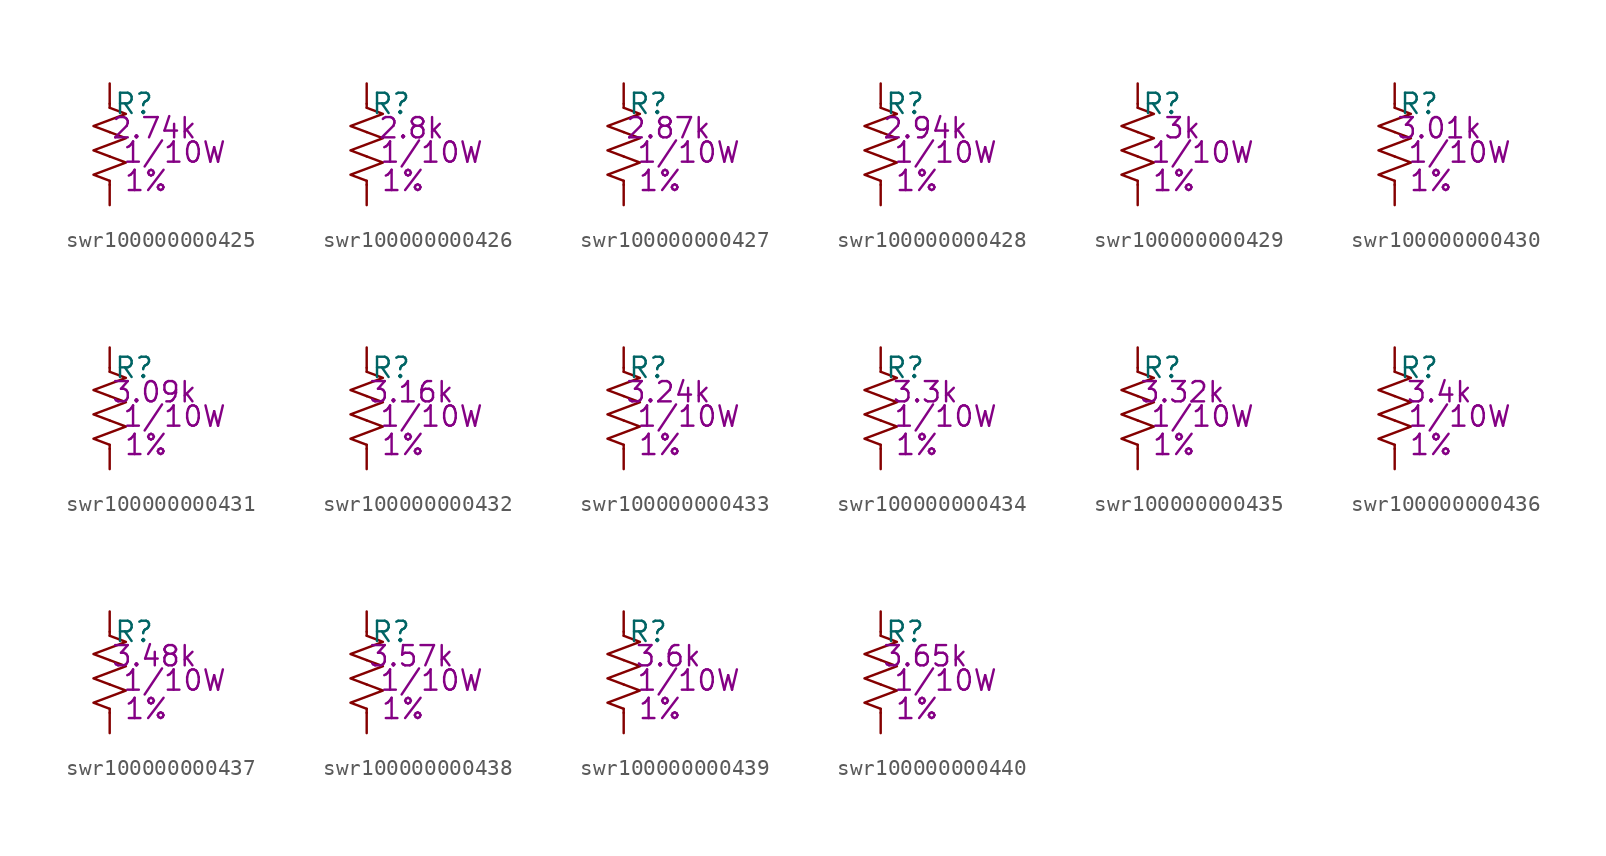
<source format=kicad_sym>
(kicad_symbol_lib
  (version 20211014)
  (generator kicad_symbol_editor)
  (symbol "swr100000000425"
    (pin_numbers hide)
    (pin_names
      (offset 1.016))
    (property "Reference" "R"
      (at 1.524 2.54 0)
      (effects (font (size 1.27 1.27))))
    (property "Tolerance" "1%"
      (at 2.286 -2.286 0)
      (effects (font (size 1.27 1.27))))
    (property "Wattage" "1/10W"
      (at 4.064 -0.508 0)
      (effects (font (size 1.27 1.27))))
    (property "PartValue" "2.74k"
      (at 2.794 1.016 0)
      (effects (font (size 1.27 1.27))))
    (symbol "swr100000000425_1_1"
      (polyline (pts (xy 0 -2.286) (xy 0 -2.54)) (stroke (width 0) (type default) (color 0 0 0 0)) (fill (type none)))
      (polyline (pts (xy 0 2.286) (xy 0 2.54)) (stroke (width 0) (type default) (color 0 0 0 0)) (fill (type none)))
      (polyline (pts (xy 0 -0.762) (xy 1.016 -1.143) (xy 0 -1.524) (xy -1.016 -1.905) (xy 0 -2.286)) (stroke (width 0) (type default) (color 0 0 0 0)) (fill (type none)))
      (polyline (pts (xy 0 0.762) (xy 1.016 0.381) (xy 0 0) (xy -1.016 -0.381) (xy 0 -0.762)) (stroke (width 0) (type default) (color 0 0 0 0)) (fill (type none)))
      (polyline (pts (xy 0 2.286) (xy 1.016 1.905) (xy 0 1.524) (xy -1.016 1.143) (xy 0 0.762)) (stroke (width 0) (type default) (color 0 0 0 0)) (fill (type none)))
      (pin passive line (at 0 3.81 270) (length 1.27) (name "~" (effects (font (size 1.27 1.27)))) (number "1" (effects (font (size 1.27 1.27)))))
      (pin passive line (at 0 -3.81 90) (length 1.27) (name "~" (effects (font (size 1.27 1.27)))) (number "2" (effects (font (size 1.27 1.27)))))))
  (symbol "swr100000000426"
    (pin_numbers hide)
    (pin_names
      (offset 1.016))
    (property "Reference" "R"
      (at 1.524 2.54 0)
      (effects (font (size 1.27 1.27))))
    (property "Tolerance" "1%"
      (at 2.286 -2.286 0)
      (effects (font (size 1.27 1.27))))
    (property "Wattage" "1/10W"
      (at 4.064 -0.508 0)
      (effects (font (size 1.27 1.27))))
    (property "PartValue" "2.8k"
      (at 2.794 1.016 0)
      (effects (font (size 1.27 1.27))))
    (symbol "swr100000000426_1_1"
      (polyline (pts (xy 0 -2.286) (xy 0 -2.54)) (stroke (width 0) (type default) (color 0 0 0 0)) (fill (type none)))
      (polyline (pts (xy 0 2.286) (xy 0 2.54)) (stroke (width 0) (type default) (color 0 0 0 0)) (fill (type none)))
      (polyline (pts (xy 0 -0.762) (xy 1.016 -1.143) (xy 0 -1.524) (xy -1.016 -1.905) (xy 0 -2.286)) (stroke (width 0) (type default) (color 0 0 0 0)) (fill (type none)))
      (polyline (pts (xy 0 0.762) (xy 1.016 0.381) (xy 0 0) (xy -1.016 -0.381) (xy 0 -0.762)) (stroke (width 0) (type default) (color 0 0 0 0)) (fill (type none)))
      (polyline (pts (xy 0 2.286) (xy 1.016 1.905) (xy 0 1.524) (xy -1.016 1.143) (xy 0 0.762)) (stroke (width 0) (type default) (color 0 0 0 0)) (fill (type none)))
      (pin passive line (at 0 3.81 270) (length 1.27) (name "~" (effects (font (size 1.27 1.27)))) (number "1" (effects (font (size 1.27 1.27)))))
      (pin passive line (at 0 -3.81 90) (length 1.27) (name "~" (effects (font (size 1.27 1.27)))) (number "2" (effects (font (size 1.27 1.27)))))))
  (symbol "swr100000000427"
    (pin_numbers hide)
    (pin_names
      (offset 1.016))
    (property "Reference" "R"
      (at 1.524 2.54 0)
      (effects (font (size 1.27 1.27))))
    (property "Tolerance" "1%"
      (at 2.286 -2.286 0)
      (effects (font (size 1.27 1.27))))
    (property "Wattage" "1/10W"
      (at 4.064 -0.508 0)
      (effects (font (size 1.27 1.27))))
    (property "PartValue" "2.87k"
      (at 2.794 1.016 0)
      (effects (font (size 1.27 1.27))))
    (symbol "swr100000000427_1_1"
      (polyline (pts (xy 0 -2.286) (xy 0 -2.54)) (stroke (width 0) (type default) (color 0 0 0 0)) (fill (type none)))
      (polyline (pts (xy 0 2.286) (xy 0 2.54)) (stroke (width 0) (type default) (color 0 0 0 0)) (fill (type none)))
      (polyline (pts (xy 0 -0.762) (xy 1.016 -1.143) (xy 0 -1.524) (xy -1.016 -1.905) (xy 0 -2.286)) (stroke (width 0) (type default) (color 0 0 0 0)) (fill (type none)))
      (polyline (pts (xy 0 0.762) (xy 1.016 0.381) (xy 0 0) (xy -1.016 -0.381) (xy 0 -0.762)) (stroke (width 0) (type default) (color 0 0 0 0)) (fill (type none)))
      (polyline (pts (xy 0 2.286) (xy 1.016 1.905) (xy 0 1.524) (xy -1.016 1.143) (xy 0 0.762)) (stroke (width 0) (type default) (color 0 0 0 0)) (fill (type none)))
      (pin passive line (at 0 3.81 270) (length 1.27) (name "~" (effects (font (size 1.27 1.27)))) (number "1" (effects (font (size 1.27 1.27)))))
      (pin passive line (at 0 -3.81 90) (length 1.27) (name "~" (effects (font (size 1.27 1.27)))) (number "2" (effects (font (size 1.27 1.27)))))))
  (symbol "swr100000000428"
    (pin_numbers hide)
    (pin_names
      (offset 1.016))
    (property "Reference" "R"
      (at 1.524 2.54 0)
      (effects (font (size 1.27 1.27))))
    (property "Tolerance" "1%"
      (at 2.286 -2.286 0)
      (effects (font (size 1.27 1.27))))
    (property "Wattage" "1/10W"
      (at 4.064 -0.508 0)
      (effects (font (size 1.27 1.27))))
    (property "PartValue" "2.94k"
      (at 2.794 1.016 0)
      (effects (font (size 1.27 1.27))))
    (symbol "swr100000000428_1_1"
      (polyline (pts (xy 0 -2.286) (xy 0 -2.54)) (stroke (width 0) (type default) (color 0 0 0 0)) (fill (type none)))
      (polyline (pts (xy 0 2.286) (xy 0 2.54)) (stroke (width 0) (type default) (color 0 0 0 0)) (fill (type none)))
      (polyline (pts (xy 0 -0.762) (xy 1.016 -1.143) (xy 0 -1.524) (xy -1.016 -1.905) (xy 0 -2.286)) (stroke (width 0) (type default) (color 0 0 0 0)) (fill (type none)))
      (polyline (pts (xy 0 0.762) (xy 1.016 0.381) (xy 0 0) (xy -1.016 -0.381) (xy 0 -0.762)) (stroke (width 0) (type default) (color 0 0 0 0)) (fill (type none)))
      (polyline (pts (xy 0 2.286) (xy 1.016 1.905) (xy 0 1.524) (xy -1.016 1.143) (xy 0 0.762)) (stroke (width 0) (type default) (color 0 0 0 0)) (fill (type none)))
      (pin passive line (at 0 3.81 270) (length 1.27) (name "~" (effects (font (size 1.27 1.27)))) (number "1" (effects (font (size 1.27 1.27)))))
      (pin passive line (at 0 -3.81 90) (length 1.27) (name "~" (effects (font (size 1.27 1.27)))) (number "2" (effects (font (size 1.27 1.27)))))))
  (symbol "swr100000000429"
    (pin_numbers hide)
    (pin_names
      (offset 1.016))
    (property "Reference" "R"
      (at 1.524 2.54 0)
      (effects (font (size 1.27 1.27))))
    (property "Tolerance" "1%"
      (at 2.286 -2.286 0)
      (effects (font (size 1.27 1.27))))
    (property "Wattage" "1/10W"
      (at 4.064 -0.508 0)
      (effects (font (size 1.27 1.27))))
    (property "PartValue" "3k"
      (at 2.794 1.016 0)
      (effects (font (size 1.27 1.27))))
    (symbol "swr100000000429_1_1"
      (polyline (pts (xy 0 -2.286) (xy 0 -2.54)) (stroke (width 0) (type default) (color 0 0 0 0)) (fill (type none)))
      (polyline (pts (xy 0 2.286) (xy 0 2.54)) (stroke (width 0) (type default) (color 0 0 0 0)) (fill (type none)))
      (polyline (pts (xy 0 -0.762) (xy 1.016 -1.143) (xy 0 -1.524) (xy -1.016 -1.905) (xy 0 -2.286)) (stroke (width 0) (type default) (color 0 0 0 0)) (fill (type none)))
      (polyline (pts (xy 0 0.762) (xy 1.016 0.381) (xy 0 0) (xy -1.016 -0.381) (xy 0 -0.762)) (stroke (width 0) (type default) (color 0 0 0 0)) (fill (type none)))
      (polyline (pts (xy 0 2.286) (xy 1.016 1.905) (xy 0 1.524) (xy -1.016 1.143) (xy 0 0.762)) (stroke (width 0) (type default) (color 0 0 0 0)) (fill (type none)))
      (pin passive line (at 0 3.81 270) (length 1.27) (name "~" (effects (font (size 1.27 1.27)))) (number "1" (effects (font (size 1.27 1.27)))))
      (pin passive line (at 0 -3.81 90) (length 1.27) (name "~" (effects (font (size 1.27 1.27)))) (number "2" (effects (font (size 1.27 1.27)))))))
  (symbol "swr100000000430"
    (pin_numbers hide)
    (pin_names
      (offset 1.016))
    (property "Reference" "R"
      (at 1.524 2.54 0)
      (effects (font (size 1.27 1.27))))
    (property "Tolerance" "1%"
      (at 2.286 -2.286 0)
      (effects (font (size 1.27 1.27))))
    (property "Wattage" "1/10W"
      (at 4.064 -0.508 0)
      (effects (font (size 1.27 1.27))))
    (property "PartValue" "3.01k"
      (at 2.794 1.016 0)
      (effects (font (size 1.27 1.27))))
    (symbol "swr100000000430_1_1"
      (polyline (pts (xy 0 -2.286) (xy 0 -2.54)) (stroke (width 0) (type default) (color 0 0 0 0)) (fill (type none)))
      (polyline (pts (xy 0 2.286) (xy 0 2.54)) (stroke (width 0) (type default) (color 0 0 0 0)) (fill (type none)))
      (polyline (pts (xy 0 -0.762) (xy 1.016 -1.143) (xy 0 -1.524) (xy -1.016 -1.905) (xy 0 -2.286)) (stroke (width 0) (type default) (color 0 0 0 0)) (fill (type none)))
      (polyline (pts (xy 0 0.762) (xy 1.016 0.381) (xy 0 0) (xy -1.016 -0.381) (xy 0 -0.762)) (stroke (width 0) (type default) (color 0 0 0 0)) (fill (type none)))
      (polyline (pts (xy 0 2.286) (xy 1.016 1.905) (xy 0 1.524) (xy -1.016 1.143) (xy 0 0.762)) (stroke (width 0) (type default) (color 0 0 0 0)) (fill (type none)))
      (pin passive line (at 0 3.81 270) (length 1.27) (name "~" (effects (font (size 1.27 1.27)))) (number "1" (effects (font (size 1.27 1.27)))))
      (pin passive line (at 0 -3.81 90) (length 1.27) (name "~" (effects (font (size 1.27 1.27)))) (number "2" (effects (font (size 1.27 1.27)))))))
  (symbol "swr100000000431"
    (pin_numbers hide)
    (pin_names
      (offset 1.016))
    (property "Reference" "R"
      (at 1.524 2.54 0)
      (effects (font (size 1.27 1.27))))
    (property "Tolerance" "1%"
      (at 2.286 -2.286 0)
      (effects (font (size 1.27 1.27))))
    (property "Wattage" "1/10W"
      (at 4.064 -0.508 0)
      (effects (font (size 1.27 1.27))))
    (property "PartValue" "3.09k"
      (at 2.794 1.016 0)
      (effects (font (size 1.27 1.27))))
    (symbol "swr100000000431_1_1"
      (polyline (pts (xy 0 -2.286) (xy 0 -2.54)) (stroke (width 0) (type default) (color 0 0 0 0)) (fill (type none)))
      (polyline (pts (xy 0 2.286) (xy 0 2.54)) (stroke (width 0) (type default) (color 0 0 0 0)) (fill (type none)))
      (polyline (pts (xy 0 -0.762) (xy 1.016 -1.143) (xy 0 -1.524) (xy -1.016 -1.905) (xy 0 -2.286)) (stroke (width 0) (type default) (color 0 0 0 0)) (fill (type none)))
      (polyline (pts (xy 0 0.762) (xy 1.016 0.381) (xy 0 0) (xy -1.016 -0.381) (xy 0 -0.762)) (stroke (width 0) (type default) (color 0 0 0 0)) (fill (type none)))
      (polyline (pts (xy 0 2.286) (xy 1.016 1.905) (xy 0 1.524) (xy -1.016 1.143) (xy 0 0.762)) (stroke (width 0) (type default) (color 0 0 0 0)) (fill (type none)))
      (pin passive line (at 0 3.81 270) (length 1.27) (name "~" (effects (font (size 1.27 1.27)))) (number "1" (effects (font (size 1.27 1.27)))))
      (pin passive line (at 0 -3.81 90) (length 1.27) (name "~" (effects (font (size 1.27 1.27)))) (number "2" (effects (font (size 1.27 1.27)))))))
  (symbol "swr100000000432"
    (pin_numbers hide)
    (pin_names
      (offset 1.016))
    (property "Reference" "R"
      (at 1.524 2.54 0)
      (effects (font (size 1.27 1.27))))
    (property "Tolerance" "1%"
      (at 2.286 -2.286 0)
      (effects (font (size 1.27 1.27))))
    (property "Wattage" "1/10W"
      (at 4.064 -0.508 0)
      (effects (font (size 1.27 1.27))))
    (property "PartValue" "3.16k"
      (at 2.794 1.016 0)
      (effects (font (size 1.27 1.27))))
    (symbol "swr100000000432_1_1"
      (polyline (pts (xy 0 -2.286) (xy 0 -2.54)) (stroke (width 0) (type default) (color 0 0 0 0)) (fill (type none)))
      (polyline (pts (xy 0 2.286) (xy 0 2.54)) (stroke (width 0) (type default) (color 0 0 0 0)) (fill (type none)))
      (polyline (pts (xy 0 -0.762) (xy 1.016 -1.143) (xy 0 -1.524) (xy -1.016 -1.905) (xy 0 -2.286)) (stroke (width 0) (type default) (color 0 0 0 0)) (fill (type none)))
      (polyline (pts (xy 0 0.762) (xy 1.016 0.381) (xy 0 0) (xy -1.016 -0.381) (xy 0 -0.762)) (stroke (width 0) (type default) (color 0 0 0 0)) (fill (type none)))
      (polyline (pts (xy 0 2.286) (xy 1.016 1.905) (xy 0 1.524) (xy -1.016 1.143) (xy 0 0.762)) (stroke (width 0) (type default) (color 0 0 0 0)) (fill (type none)))
      (pin passive line (at 0 3.81 270) (length 1.27) (name "~" (effects (font (size 1.27 1.27)))) (number "1" (effects (font (size 1.27 1.27)))))
      (pin passive line (at 0 -3.81 90) (length 1.27) (name "~" (effects (font (size 1.27 1.27)))) (number "2" (effects (font (size 1.27 1.27)))))))
  (symbol "swr100000000433"
    (pin_numbers hide)
    (pin_names
      (offset 1.016))
    (property "Reference" "R"
      (at 1.524 2.54 0)
      (effects (font (size 1.27 1.27))))
    (property "Tolerance" "1%"
      (at 2.286 -2.286 0)
      (effects (font (size 1.27 1.27))))
    (property "Wattage" "1/10W"
      (at 4.064 -0.508 0)
      (effects (font (size 1.27 1.27))))
    (property "PartValue" "3.24k"
      (at 2.794 1.016 0)
      (effects (font (size 1.27 1.27))))
    (symbol "swr100000000433_1_1"
      (polyline (pts (xy 0 -2.286) (xy 0 -2.54)) (stroke (width 0) (type default) (color 0 0 0 0)) (fill (type none)))
      (polyline (pts (xy 0 2.286) (xy 0 2.54)) (stroke (width 0) (type default) (color 0 0 0 0)) (fill (type none)))
      (polyline (pts (xy 0 -0.762) (xy 1.016 -1.143) (xy 0 -1.524) (xy -1.016 -1.905) (xy 0 -2.286)) (stroke (width 0) (type default) (color 0 0 0 0)) (fill (type none)))
      (polyline (pts (xy 0 0.762) (xy 1.016 0.381) (xy 0 0) (xy -1.016 -0.381) (xy 0 -0.762)) (stroke (width 0) (type default) (color 0 0 0 0)) (fill (type none)))
      (polyline (pts (xy 0 2.286) (xy 1.016 1.905) (xy 0 1.524) (xy -1.016 1.143) (xy 0 0.762)) (stroke (width 0) (type default) (color 0 0 0 0)) (fill (type none)))
      (pin passive line (at 0 3.81 270) (length 1.27) (name "~" (effects (font (size 1.27 1.27)))) (number "1" (effects (font (size 1.27 1.27)))))
      (pin passive line (at 0 -3.81 90) (length 1.27) (name "~" (effects (font (size 1.27 1.27)))) (number "2" (effects (font (size 1.27 1.27)))))))
  (symbol "swr100000000434"
    (pin_numbers hide)
    (pin_names
      (offset 1.016))
    (property "Reference" "R"
      (at 1.524 2.54 0)
      (effects (font (size 1.27 1.27))))
    (property "Tolerance" "1%"
      (at 2.286 -2.286 0)
      (effects (font (size 1.27 1.27))))
    (property "Wattage" "1/10W"
      (at 4.064 -0.508 0)
      (effects (font (size 1.27 1.27))))
    (property "PartValue" "3.3k"
      (at 2.794 1.016 0)
      (effects (font (size 1.27 1.27))))
    (symbol "swr100000000434_1_1"
      (polyline (pts (xy 0 -2.286) (xy 0 -2.54)) (stroke (width 0) (type default) (color 0 0 0 0)) (fill (type none)))
      (polyline (pts (xy 0 2.286) (xy 0 2.54)) (stroke (width 0) (type default) (color 0 0 0 0)) (fill (type none)))
      (polyline (pts (xy 0 -0.762) (xy 1.016 -1.143) (xy 0 -1.524) (xy -1.016 -1.905) (xy 0 -2.286)) (stroke (width 0) (type default) (color 0 0 0 0)) (fill (type none)))
      (polyline (pts (xy 0 0.762) (xy 1.016 0.381) (xy 0 0) (xy -1.016 -0.381) (xy 0 -0.762)) (stroke (width 0) (type default) (color 0 0 0 0)) (fill (type none)))
      (polyline (pts (xy 0 2.286) (xy 1.016 1.905) (xy 0 1.524) (xy -1.016 1.143) (xy 0 0.762)) (stroke (width 0) (type default) (color 0 0 0 0)) (fill (type none)))
      (pin passive line (at 0 3.81 270) (length 1.27) (name "~" (effects (font (size 1.27 1.27)))) (number "1" (effects (font (size 1.27 1.27)))))
      (pin passive line (at 0 -3.81 90) (length 1.27) (name "~" (effects (font (size 1.27 1.27)))) (number "2" (effects (font (size 1.27 1.27)))))))
  (symbol "swr100000000435"
    (pin_numbers hide)
    (pin_names
      (offset 1.016))
    (property "Reference" "R"
      (at 1.524 2.54 0)
      (effects (font (size 1.27 1.27))))
    (property "Tolerance" "1%"
      (at 2.286 -2.286 0)
      (effects (font (size 1.27 1.27))))
    (property "Wattage" "1/10W"
      (at 4.064 -0.508 0)
      (effects (font (size 1.27 1.27))))
    (property "PartValue" "3.32k"
      (at 2.794 1.016 0)
      (effects (font (size 1.27 1.27))))
    (symbol "swr100000000435_1_1"
      (polyline (pts (xy 0 -2.286) (xy 0 -2.54)) (stroke (width 0) (type default) (color 0 0 0 0)) (fill (type none)))
      (polyline (pts (xy 0 2.286) (xy 0 2.54)) (stroke (width 0) (type default) (color 0 0 0 0)) (fill (type none)))
      (polyline (pts (xy 0 -0.762) (xy 1.016 -1.143) (xy 0 -1.524) (xy -1.016 -1.905) (xy 0 -2.286)) (stroke (width 0) (type default) (color 0 0 0 0)) (fill (type none)))
      (polyline (pts (xy 0 0.762) (xy 1.016 0.381) (xy 0 0) (xy -1.016 -0.381) (xy 0 -0.762)) (stroke (width 0) (type default) (color 0 0 0 0)) (fill (type none)))
      (polyline (pts (xy 0 2.286) (xy 1.016 1.905) (xy 0 1.524) (xy -1.016 1.143) (xy 0 0.762)) (stroke (width 0) (type default) (color 0 0 0 0)) (fill (type none)))
      (pin passive line (at 0 3.81 270) (length 1.27) (name "~" (effects (font (size 1.27 1.27)))) (number "1" (effects (font (size 1.27 1.27)))))
      (pin passive line (at 0 -3.81 90) (length 1.27) (name "~" (effects (font (size 1.27 1.27)))) (number "2" (effects (font (size 1.27 1.27)))))))
  (symbol "swr100000000436"
    (pin_numbers hide)
    (pin_names
      (offset 1.016))
    (property "Reference" "R"
      (at 1.524 2.54 0)
      (effects (font (size 1.27 1.27))))
    (property "Tolerance" "1%"
      (at 2.286 -2.286 0)
      (effects (font (size 1.27 1.27))))
    (property "Wattage" "1/10W"
      (at 4.064 -0.508 0)
      (effects (font (size 1.27 1.27))))
    (property "PartValue" "3.4k"
      (at 2.794 1.016 0)
      (effects (font (size 1.27 1.27))))
    (symbol "swr100000000436_1_1"
      (polyline (pts (xy 0 -2.286) (xy 0 -2.54)) (stroke (width 0) (type default) (color 0 0 0 0)) (fill (type none)))
      (polyline (pts (xy 0 2.286) (xy 0 2.54)) (stroke (width 0) (type default) (color 0 0 0 0)) (fill (type none)))
      (polyline (pts (xy 0 -0.762) (xy 1.016 -1.143) (xy 0 -1.524) (xy -1.016 -1.905) (xy 0 -2.286)) (stroke (width 0) (type default) (color 0 0 0 0)) (fill (type none)))
      (polyline (pts (xy 0 0.762) (xy 1.016 0.381) (xy 0 0) (xy -1.016 -0.381) (xy 0 -0.762)) (stroke (width 0) (type default) (color 0 0 0 0)) (fill (type none)))
      (polyline (pts (xy 0 2.286) (xy 1.016 1.905) (xy 0 1.524) (xy -1.016 1.143) (xy 0 0.762)) (stroke (width 0) (type default) (color 0 0 0 0)) (fill (type none)))
      (pin passive line (at 0 3.81 270) (length 1.27) (name "~" (effects (font (size 1.27 1.27)))) (number "1" (effects (font (size 1.27 1.27)))))
      (pin passive line (at 0 -3.81 90) (length 1.27) (name "~" (effects (font (size 1.27 1.27)))) (number "2" (effects (font (size 1.27 1.27)))))))
  (symbol "swr100000000437"
    (pin_numbers hide)
    (pin_names
      (offset 1.016))
    (property "Reference" "R"
      (at 1.524 2.54 0)
      (effects (font (size 1.27 1.27))))
    (property "Tolerance" "1%"
      (at 2.286 -2.286 0)
      (effects (font (size 1.27 1.27))))
    (property "Wattage" "1/10W"
      (at 4.064 -0.508 0)
      (effects (font (size 1.27 1.27))))
    (property "PartValue" "3.48k"
      (at 2.794 1.016 0)
      (effects (font (size 1.27 1.27))))
    (symbol "swr100000000437_1_1"
      (polyline (pts (xy 0 -2.286) (xy 0 -2.54)) (stroke (width 0) (type default) (color 0 0 0 0)) (fill (type none)))
      (polyline (pts (xy 0 2.286) (xy 0 2.54)) (stroke (width 0) (type default) (color 0 0 0 0)) (fill (type none)))
      (polyline (pts (xy 0 -0.762) (xy 1.016 -1.143) (xy 0 -1.524) (xy -1.016 -1.905) (xy 0 -2.286)) (stroke (width 0) (type default) (color 0 0 0 0)) (fill (type none)))
      (polyline (pts (xy 0 0.762) (xy 1.016 0.381) (xy 0 0) (xy -1.016 -0.381) (xy 0 -0.762)) (stroke (width 0) (type default) (color 0 0 0 0)) (fill (type none)))
      (polyline (pts (xy 0 2.286) (xy 1.016 1.905) (xy 0 1.524) (xy -1.016 1.143) (xy 0 0.762)) (stroke (width 0) (type default) (color 0 0 0 0)) (fill (type none)))
      (pin passive line (at 0 3.81 270) (length 1.27) (name "~" (effects (font (size 1.27 1.27)))) (number "1" (effects (font (size 1.27 1.27)))))
      (pin passive line (at 0 -3.81 90) (length 1.27) (name "~" (effects (font (size 1.27 1.27)))) (number "2" (effects (font (size 1.27 1.27)))))))
  (symbol "swr100000000438"
    (pin_numbers hide)
    (pin_names
      (offset 1.016))
    (property "Reference" "R"
      (at 1.524 2.54 0)
      (effects (font (size 1.27 1.27))))
    (property "Tolerance" "1%"
      (at 2.286 -2.286 0)
      (effects (font (size 1.27 1.27))))
    (property "Wattage" "1/10W"
      (at 4.064 -0.508 0)
      (effects (font (size 1.27 1.27))))
    (property "PartValue" "3.57k"
      (at 2.794 1.016 0)
      (effects (font (size 1.27 1.27))))
    (symbol "swr100000000438_1_1"
      (polyline (pts (xy 0 -2.286) (xy 0 -2.54)) (stroke (width 0) (type default) (color 0 0 0 0)) (fill (type none)))
      (polyline (pts (xy 0 2.286) (xy 0 2.54)) (stroke (width 0) (type default) (color 0 0 0 0)) (fill (type none)))
      (polyline (pts (xy 0 -0.762) (xy 1.016 -1.143) (xy 0 -1.524) (xy -1.016 -1.905) (xy 0 -2.286)) (stroke (width 0) (type default) (color 0 0 0 0)) (fill (type none)))
      (polyline (pts (xy 0 0.762) (xy 1.016 0.381) (xy 0 0) (xy -1.016 -0.381) (xy 0 -0.762)) (stroke (width 0) (type default) (color 0 0 0 0)) (fill (type none)))
      (polyline (pts (xy 0 2.286) (xy 1.016 1.905) (xy 0 1.524) (xy -1.016 1.143) (xy 0 0.762)) (stroke (width 0) (type default) (color 0 0 0 0)) (fill (type none)))
      (pin passive line (at 0 3.81 270) (length 1.27) (name "~" (effects (font (size 1.27 1.27)))) (number "1" (effects (font (size 1.27 1.27)))))
      (pin passive line (at 0 -3.81 90) (length 1.27) (name "~" (effects (font (size 1.27 1.27)))) (number "2" (effects (font (size 1.27 1.27)))))))
  (symbol "swr100000000439"
    (pin_numbers hide)
    (pin_names
      (offset 1.016))
    (property "Reference" "R"
      (at 1.524 2.54 0)
      (effects (font (size 1.27 1.27))))
    (property "Tolerance" "1%"
      (at 2.286 -2.286 0)
      (effects (font (size 1.27 1.27))))
    (property "Wattage" "1/10W"
      (at 4.064 -0.508 0)
      (effects (font (size 1.27 1.27))))
    (property "PartValue" "3.6k"
      (at 2.794 1.016 0)
      (effects (font (size 1.27 1.27))))
    (symbol "swr100000000439_1_1"
      (polyline (pts (xy 0 -2.286) (xy 0 -2.54)) (stroke (width 0) (type default) (color 0 0 0 0)) (fill (type none)))
      (polyline (pts (xy 0 2.286) (xy 0 2.54)) (stroke (width 0) (type default) (color 0 0 0 0)) (fill (type none)))
      (polyline (pts (xy 0 -0.762) (xy 1.016 -1.143) (xy 0 -1.524) (xy -1.016 -1.905) (xy 0 -2.286)) (stroke (width 0) (type default) (color 0 0 0 0)) (fill (type none)))
      (polyline (pts (xy 0 0.762) (xy 1.016 0.381) (xy 0 0) (xy -1.016 -0.381) (xy 0 -0.762)) (stroke (width 0) (type default) (color 0 0 0 0)) (fill (type none)))
      (polyline (pts (xy 0 2.286) (xy 1.016 1.905) (xy 0 1.524) (xy -1.016 1.143) (xy 0 0.762)) (stroke (width 0) (type default) (color 0 0 0 0)) (fill (type none)))
      (pin passive line (at 0 3.81 270) (length 1.27) (name "~" (effects (font (size 1.27 1.27)))) (number "1" (effects (font (size 1.27 1.27)))))
      (pin passive line (at 0 -3.81 90) (length 1.27) (name "~" (effects (font (size 1.27 1.27)))) (number "2" (effects (font (size 1.27 1.27)))))))
  (symbol "swr100000000440"
    (pin_numbers hide)
    (pin_names
      (offset 1.016))
    (property "Reference" "R"
      (at 1.524 2.54 0)
      (effects (font (size 1.27 1.27))))
    (property "Tolerance" "1%"
      (at 2.286 -2.286 0)
      (effects (font (size 1.27 1.27))))
    (property "Wattage" "1/10W"
      (at 4.064 -0.508 0)
      (effects (font (size 1.27 1.27))))
    (property "PartValue" "3.65k"
      (at 2.794 1.016 0)
      (effects (font (size 1.27 1.27))))
    (symbol "swr100000000440_1_1"
      (polyline (pts (xy 0 -2.286) (xy 0 -2.54)) (stroke (width 0) (type default) (color 0 0 0 0)) (fill (type none)))
      (polyline (pts (xy 0 2.286) (xy 0 2.54)) (stroke (width 0) (type default) (color 0 0 0 0)) (fill (type none)))
      (polyline (pts (xy 0 -0.762) (xy 1.016 -1.143) (xy 0 -1.524) (xy -1.016 -1.905) (xy 0 -2.286)) (stroke (width 0) (type default) (color 0 0 0 0)) (fill (type none)))
      (polyline (pts (xy 0 0.762) (xy 1.016 0.381) (xy 0 0) (xy -1.016 -0.381) (xy 0 -0.762)) (stroke (width 0) (type default) (color 0 0 0 0)) (fill (type none)))
      (polyline (pts (xy 0 2.286) (xy 1.016 1.905) (xy 0 1.524) (xy -1.016 1.143) (xy 0 0.762)) (stroke (width 0) (type default) (color 0 0 0 0)) (fill (type none)))
      (pin passive line (at 0 3.81 270) (length 1.27) (name "~" (effects (font (size 1.27 1.27)))) (number "1" (effects (font (size 1.27 1.27)))))
      (pin passive line (at 0 -3.81 90) (length 1.27) (name "~" (effects (font (size 1.27 1.27)))) (number "2" (effects (font (size 1.27 1.27))))))))
</source>
